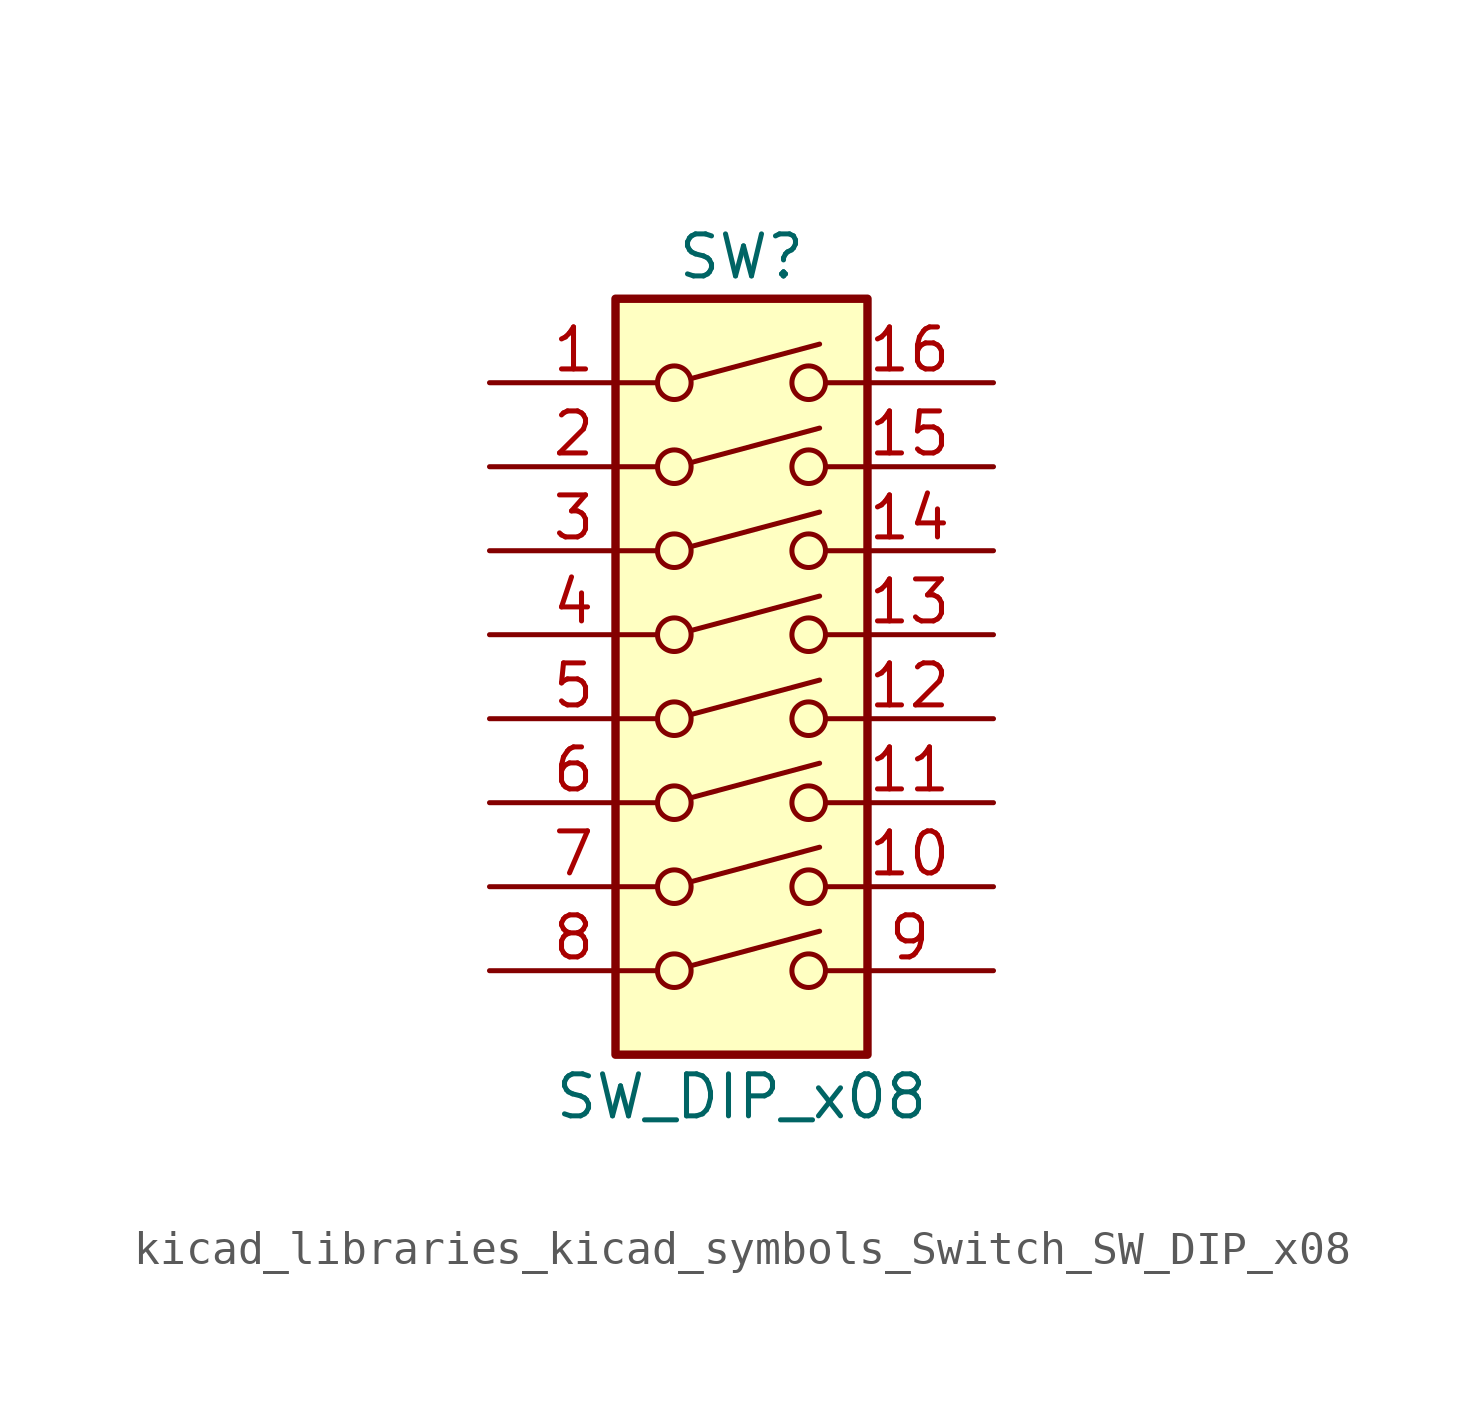
<source format=kicad_sym>
(kicad_symbol_lib
  (version 20220914)
  (generator kicad_symbol_editor)
  (symbol "kicad_libraries_kicad_symbols_Switch_SW_DIP_x08"
    (pin_names
      (offset 0) hide)
    (property "Reference" "SW"
      (at 0 13.97 0)
      (effects (font (size 1.27 1.27))))
    (property "Value" "SW_DIP_x08"
      (at 0 -11.43 0)
      (effects (font (size 1.27 1.27))))
    (symbol "kicad_libraries_kicad_symbols_Switch_SW_DIP_x08_0_0"
      (circle (center -2.032 -7.62) (radius 0.508) (stroke (width 0) (type default)) (fill (type none)))
      (circle (center -2.032 -5.08) (radius 0.508) (stroke (width 0) (type default)) (fill (type none)))
      (circle (center -2.032 -2.54) (radius 0.508) (stroke (width 0) (type default)) (fill (type none)))
      (circle (center -2.032 0) (radius 0.508) (stroke (width 0) (type default)) (fill (type none)))
      (circle (center -2.032 2.54) (radius 0.508) (stroke (width 0) (type default)) (fill (type none)))
      (circle (center -2.032 5.08) (radius 0.508) (stroke (width 0) (type default)) (fill (type none)))
      (circle (center -2.032 7.62) (radius 0.508) (stroke (width 0) (type default)) (fill (type none)))
      (circle (center -2.032 10.16) (radius 0.508) (stroke (width 0) (type default)) (fill (type none)))
      (polyline (pts (xy -1.524 -7.468) (xy 2.362 -6.426)) (stroke (width 0) (type default)) (fill (type none)))
      (polyline (pts (xy -1.524 -4.928) (xy 2.362 -3.886)) (stroke (width 0) (type default)) (fill (type none)))
      (polyline (pts (xy -1.524 -2.388) (xy 2.362 -1.346)) (stroke (width 0) (type default)) (fill (type none)))
      (polyline (pts (xy -1.524 0.127) (xy 2.362 1.168)) (stroke (width 0) (type default)) (fill (type none)))
      (polyline (pts (xy -1.524 2.667) (xy 2.362 3.708)) (stroke (width 0) (type default)) (fill (type none)))
      (polyline (pts (xy -1.524 5.207) (xy 2.362 6.248)) (stroke (width 0) (type default)) (fill (type none)))
      (polyline (pts (xy -1.524 7.747) (xy 2.362 8.788)) (stroke (width 0) (type default)) (fill (type none)))
      (polyline (pts (xy -1.524 10.287) (xy 2.362 11.328)) (stroke (width 0) (type default)) (fill (type none)))
      (circle (center 2.032 -7.62) (radius 0.508) (stroke (width 0) (type default)) (fill (type none)))
      (circle (center 2.032 -5.08) (radius 0.508) (stroke (width 0) (type default)) (fill (type none)))
      (circle (center 2.032 -2.54) (radius 0.508) (stroke (width 0) (type default)) (fill (type none)))
      (circle (center 2.032 0) (radius 0.508) (stroke (width 0) (type default)) (fill (type none)))
      (circle (center 2.032 2.54) (radius 0.508) (stroke (width 0) (type default)) (fill (type none)))
      (circle (center 2.032 5.08) (radius 0.508) (stroke (width 0) (type default)) (fill (type none)))
      (circle (center 2.032 7.62) (radius 0.508) (stroke (width 0) (type default)) (fill (type none)))
      (circle (center 2.032 10.16) (radius 0.508) (stroke (width 0) (type default)) (fill (type none))))
    (symbol "kicad_libraries_kicad_symbols_Switch_SW_DIP_x08_0_1"
      (rectangle (start -3.81 12.7) (end 3.81 -10.16) (stroke (width 0.254) (type default)) (fill (type background))))
    (symbol "kicad_libraries_kicad_symbols_Switch_SW_DIP_x08_1_1"
      (pin passive line (at -7.62 10.16 0) (length 5.08) (name "~" (effects (font (size 1.27 1.27)))) (number "1" (effects (font (size 1.27 1.27)))))
      (pin passive line (at 7.62 -5.08 180) (length 5.08) (name "~" (effects (font (size 1.27 1.27)))) (number "10" (effects (font (size 1.27 1.27)))))
      (pin passive line (at 7.62 -2.54 180) (length 5.08) (name "~" (effects (font (size 1.27 1.27)))) (number "11" (effects (font (size 1.27 1.27)))))
      (pin passive line (at 7.62 0 180) (length 5.08) (name "~" (effects (font (size 1.27 1.27)))) (number "12" (effects (font (size 1.27 1.27)))))
      (pin passive line (at 7.62 2.54 180) (length 5.08) (name "~" (effects (font (size 1.27 1.27)))) (number "13" (effects (font (size 1.27 1.27)))))
      (pin passive line (at 7.62 5.08 180) (length 5.08) (name "~" (effects (font (size 1.27 1.27)))) (number "14" (effects (font (size 1.27 1.27)))))
      (pin passive line (at 7.62 7.62 180) (length 5.08) (name "~" (effects (font (size 1.27 1.27)))) (number "15" (effects (font (size 1.27 1.27)))))
      (pin passive line (at 7.62 10.16 180) (length 5.08) (name "~" (effects (font (size 1.27 1.27)))) (number "16" (effects (font (size 1.27 1.27)))))
      (pin passive line (at -7.62 7.62 0) (length 5.08) (name "~" (effects (font (size 1.27 1.27)))) (number "2" (effects (font (size 1.27 1.27)))))
      (pin passive line (at -7.62 5.08 0) (length 5.08) (name "~" (effects (font (size 1.27 1.27)))) (number "3" (effects (font (size 1.27 1.27)))))
      (pin passive line (at -7.62 2.54 0) (length 5.08) (name "~" (effects (font (size 1.27 1.27)))) (number "4" (effects (font (size 1.27 1.27)))))
      (pin passive line (at -7.62 0 0) (length 5.08) (name "~" (effects (font (size 1.27 1.27)))) (number "5" (effects (font (size 1.27 1.27)))))
      (pin passive line (at -7.62 -2.54 0) (length 5.08) (name "~" (effects (font (size 1.27 1.27)))) (number "6" (effects (font (size 1.27 1.27)))))
      (pin passive line (at -7.62 -5.08 0) (length 5.08) (name "~" (effects (font (size 1.27 1.27)))) (number "7" (effects (font (size 1.27 1.27)))))
      (pin passive line (at -7.62 -7.62 0) (length 5.08) (name "~" (effects (font (size 1.27 1.27)))) (number "8" (effects (font (size 1.27 1.27)))))
      (pin passive line (at 7.62 -7.62 180) (length 5.08) (name "~" (effects (font (size 1.27 1.27)))) (number "9" (effects (font (size 1.27 1.27))))))))
</source>
